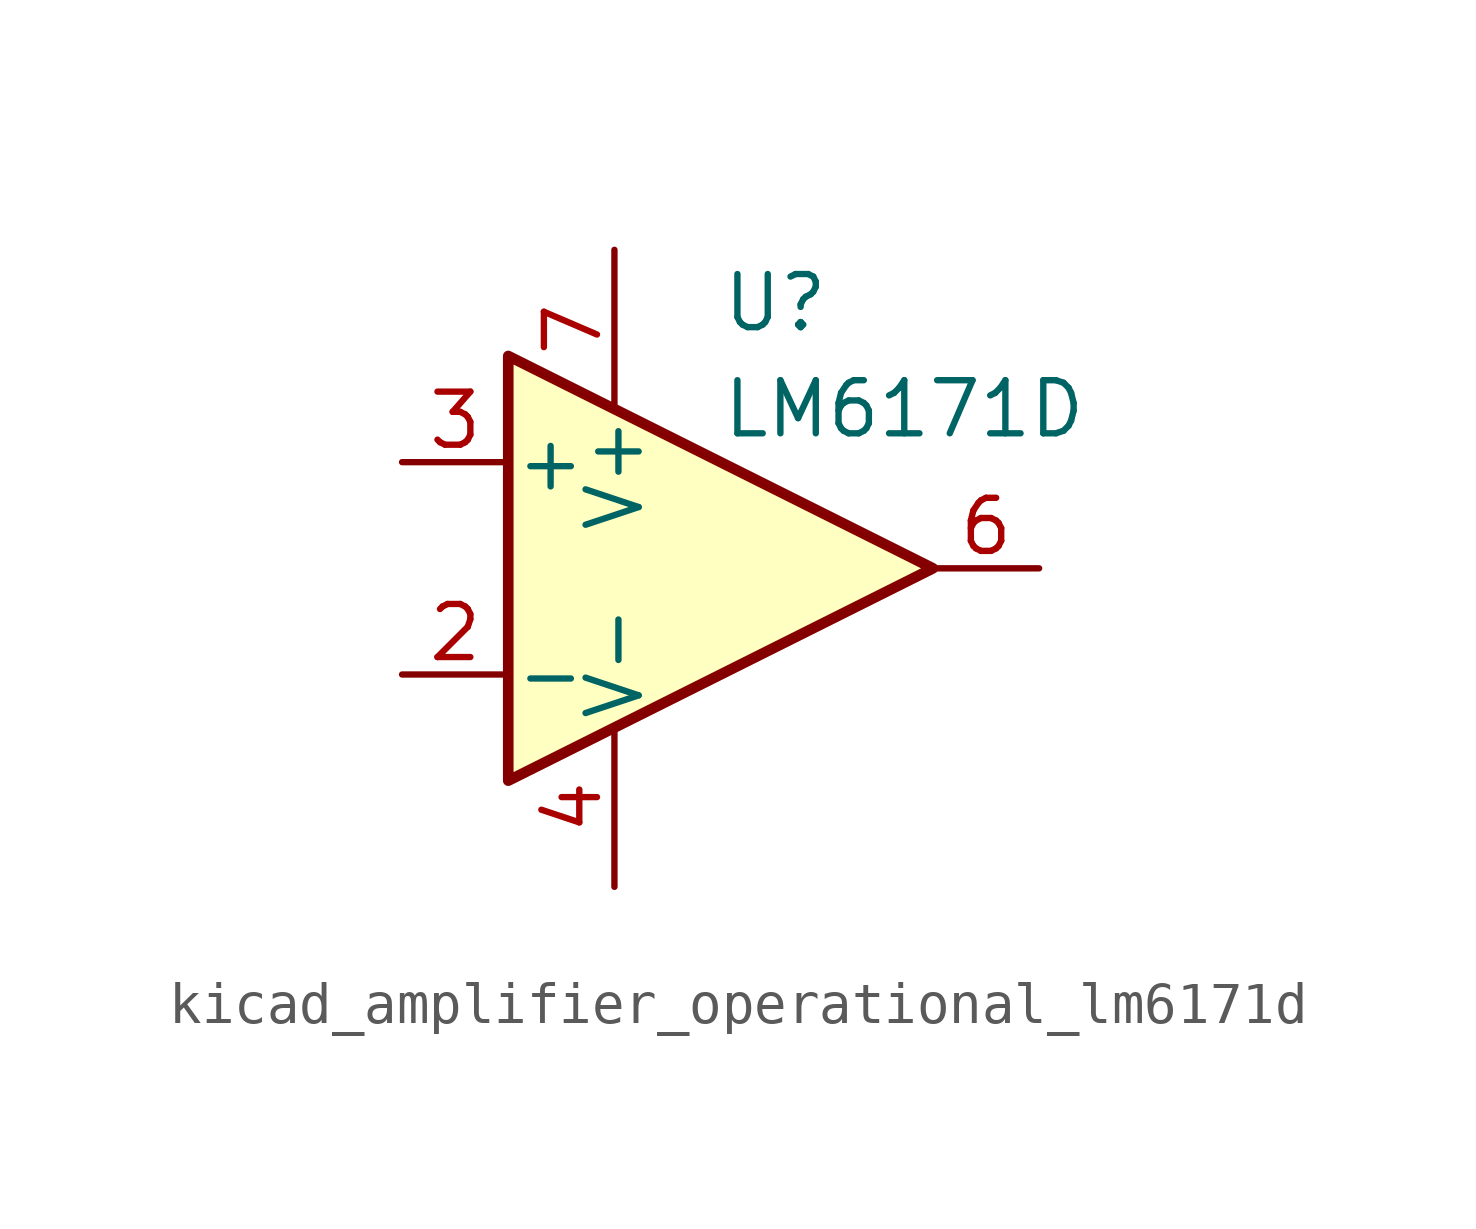
<source format=kicad_sym>
(kicad_symbol_lib
  (version 20220914)
  (generator kicad_symbol_editor)
  (symbol "kicad_amplifier_operational_lm6171d"
    (pin_names
      (offset 0.127))
    (property "Reference" "U"
      (at 0 6.35 0)
      (effects (font (size 1.27 1.27)) (justify left)))
    (property "Value" "LM6171D"
      (at 0 3.81 0)
      (effects (font (size 1.27 1.27)) (justify left)))
    (symbol "kicad_amplifier_operational_lm6171d_0_1"
      (polyline (pts (xy -5.08 5.08) (xy 5.08 0) (xy -5.08 -5.08) (xy -5.08 5.08)) (stroke (width 0.254) (type default)) (fill (type background))))
    (symbol "kicad_amplifier_operational_lm6171d_1_1"
      (pin no_connect line (at -2.54 2.54 270) (length 2.54) hide (name "NC" (effects (font (size 1.27 1.27)))) (number "1" (effects (font (size 1.27 1.27)))))
      (pin input line (at -7.62 -2.54 0) (length 2.54) (name "-" (effects (font (size 1.27 1.27)))) (number "2" (effects (font (size 1.27 1.27)))))
      (pin input line (at -7.62 2.54 0) (length 2.54) (name "+" (effects (font (size 1.27 1.27)))) (number "3" (effects (font (size 1.27 1.27)))))
      (pin power_in line (at -2.54 -7.62 90) (length 3.81) (name "V-" (effects (font (size 1.27 1.27)))) (number "4" (effects (font (size 1.27 1.27)))))
      (pin no_connect line (at 0 2.54 270) (length 2.54) hide (name "NC" (effects (font (size 1.27 1.27)))) (number "5" (effects (font (size 1.27 1.27)))))
      (pin output line (at 7.62 0 180) (length 2.54) (name "~" (effects (font (size 1.27 1.27)))) (number "6" (effects (font (size 1.27 1.27)))))
      (pin power_in line (at -2.54 7.62 270) (length 3.81) (name "V+" (effects (font (size 1.27 1.27)))) (number "7" (effects (font (size 1.27 1.27)))))
      (pin no_connect line (at 0 -2.54 90) (length 2.54) hide (name "NC" (effects (font (size 1.27 1.27)))) (number "8" (effects (font (size 1.27 1.27))))))))
</source>
